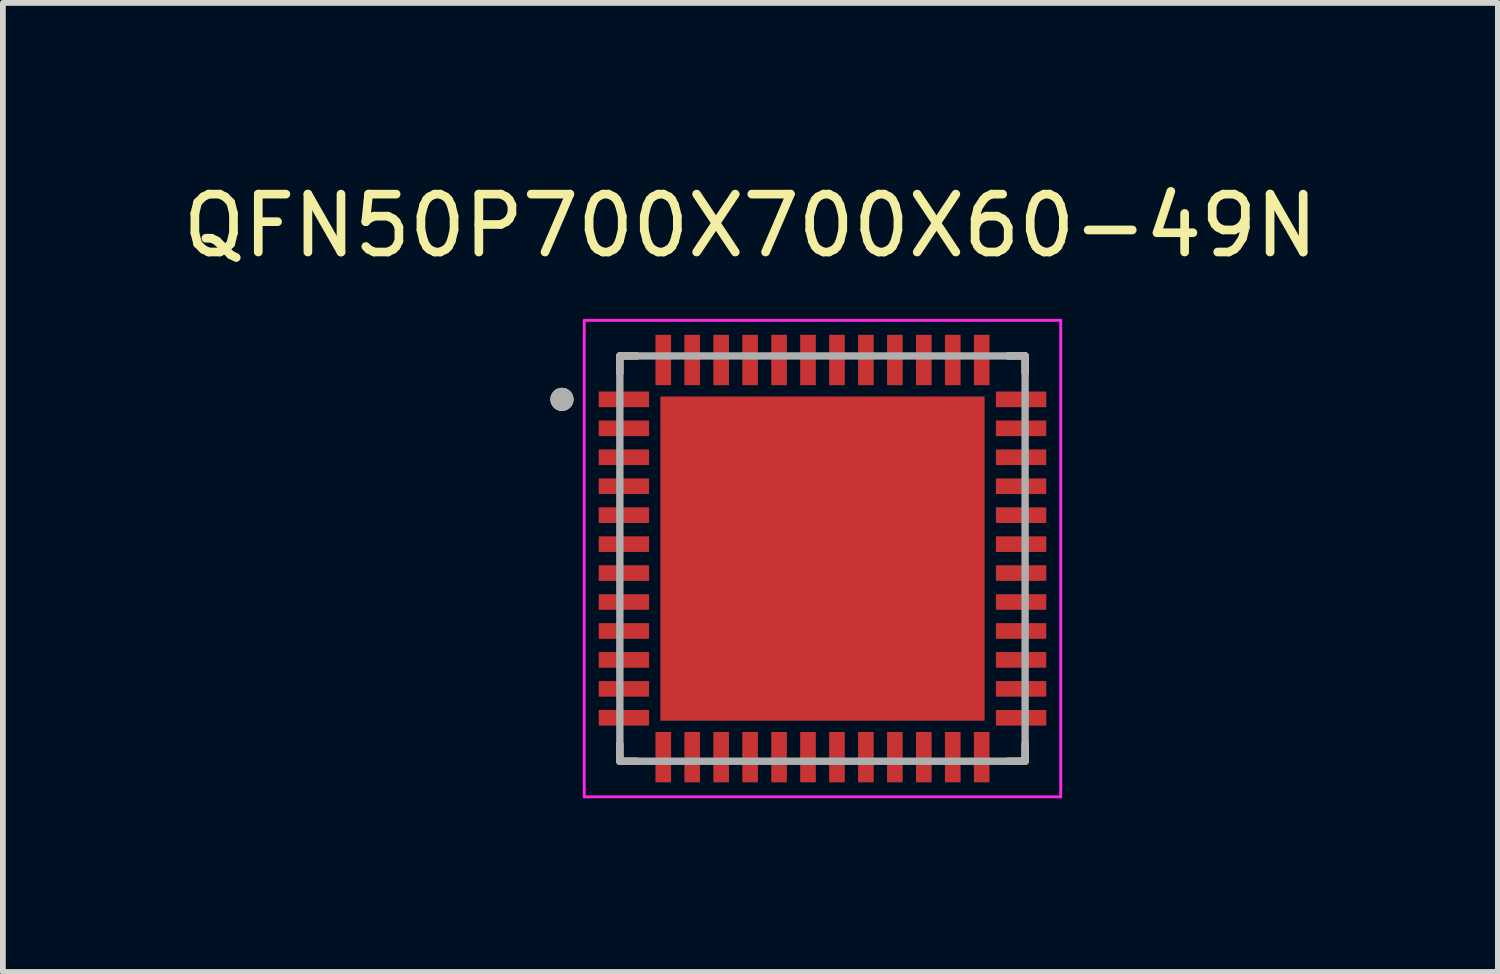
<source format=kicad_pcb>
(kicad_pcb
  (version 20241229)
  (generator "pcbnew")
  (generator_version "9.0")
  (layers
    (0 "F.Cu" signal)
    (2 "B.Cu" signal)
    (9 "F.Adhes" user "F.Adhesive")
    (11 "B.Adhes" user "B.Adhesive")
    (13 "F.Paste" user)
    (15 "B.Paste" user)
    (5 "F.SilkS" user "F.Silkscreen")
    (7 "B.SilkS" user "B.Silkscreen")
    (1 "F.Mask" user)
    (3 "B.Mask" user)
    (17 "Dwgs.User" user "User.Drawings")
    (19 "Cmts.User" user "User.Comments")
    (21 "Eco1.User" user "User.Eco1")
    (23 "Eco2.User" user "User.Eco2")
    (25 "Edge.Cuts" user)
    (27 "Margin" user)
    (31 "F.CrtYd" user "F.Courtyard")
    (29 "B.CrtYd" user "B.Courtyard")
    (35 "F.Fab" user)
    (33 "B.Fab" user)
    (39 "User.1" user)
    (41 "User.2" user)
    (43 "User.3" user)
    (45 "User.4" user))
  (footprint "QFN50P700X700X60-49N"
    (layer "F.Cu")
    (at 11.156 6.598)
    (property "Reference" "QFN50P700X700X60-49N" (at -1.245 -5.75 0) (layer "F.SilkS") (effects (font (size 1 1) (thickness 0.15))))
    (attr smd)
    (fp_line (start -3.5 -3.5) (end -3.5 -3.205) (stroke (width 0.127) (type solid)) (layer "F.SilkS"))
    (fp_line (start -3.5 -3.5) (end -3.205 -3.5) (stroke (width 0.127) (type solid)) (layer "F.SilkS"))
    (fp_line (start -3.5 3.5) (end -3.5 3.205) (stroke (width 0.127) (type solid)) (layer "F.SilkS"))
    (fp_line (start -3.5 3.5) (end -3.205 3.5) (stroke (width 0.127) (type solid)) (layer "F.SilkS"))
    (fp_line (start 3.5 -3.5) (end 3.205 -3.5) (stroke (width 0.127) (type solid)) (layer "F.SilkS"))
    (fp_line (start 3.5 -3.5) (end 3.5 -3.205) (stroke (width 0.127) (type solid)) (layer "F.SilkS"))
    (fp_line (start 3.5 3.5) (end 3.205 3.5) (stroke (width 0.127) (type solid)) (layer "F.SilkS"))
    (fp_line (start 3.5 3.5) (end 3.5 3.205) (stroke (width 0.127) (type solid)) (layer "F.SilkS"))
    (fp_circle (center -4.5 -2.75) (end -4.4 -2.75) (stroke (width 0.2) (type solid)) (fill no) (layer "F.SilkS"))
    (fp_poly (pts (xy -2.29 -2.29) (xy -0.51 -2.29) (xy -0.51 -0.51) (xy -2.29 -0.51)) (stroke (width 0.01) (type solid)) (fill yes) (layer "F.Paste"))
    (fp_poly (pts (xy -2.29 0.51) (xy -0.51 0.51) (xy -0.51 2.29) (xy -2.29 2.29)) (stroke (width 0.01) (type solid)) (fill yes) (layer "F.Paste"))
    (fp_poly (pts (xy 0.51 -2.29) (xy 2.29 -2.29) (xy 2.29 -0.51) (xy 0.51 -0.51)) (stroke (width 0.01) (type solid)) (fill yes) (layer "F.Paste"))
    (fp_poly (pts (xy 0.51 0.51) (xy 2.29 0.51) (xy 2.29 2.29) (xy 0.51 2.29)) (stroke (width 0.01) (type solid)) (fill yes) (layer "F.Paste"))
    (fp_line (start -4.115 -4.115) (end 4.115 -4.115) (stroke (width 0.05) (type solid)) (layer "F.CrtYd"))
    (fp_line (start -4.115 4.115) (end -4.115 -4.115) (stroke (width 0.05) (type solid)) (layer "F.CrtYd"))
    (fp_line (start -4.115 4.115) (end 4.115 4.115) (stroke (width 0.05) (type solid)) (layer "F.CrtYd"))
    (fp_line (start 4.115 4.115) (end 4.115 -4.115) (stroke (width 0.05) (type solid)) (layer "F.CrtYd"))
    (fp_line (start -3.5 3.5) (end -3.5 -3.5) (stroke (width 0.127) (type solid)) (layer "F.Fab"))
    (fp_line (start 3.5 -3.5) (end -3.5 -3.5) (stroke (width 0.127) (type solid)) (layer "F.Fab"))
    (fp_line (start 3.5 3.5) (end -3.5 3.5) (stroke (width 0.127) (type solid)) (layer "F.Fab"))
    (fp_line (start 3.5 3.5) (end 3.5 -3.5) (stroke (width 0.127) (type solid)) (layer "F.Fab"))
    (fp_circle (center -4.5 -2.75) (end -4.4 -2.75) (stroke (width 0.2) (type solid)) (fill no) (layer "F.Fab"))
    (pad "1" smd roundrect (at -3.43 -2.75) (size 0.87 0.27) (layers "F.Cu" "F.Mask" "F.Paste") (roundrect_rratio 0.03))
    (pad "2" smd roundrect (at -3.43 -2.25) (size 0.87 0.27) (layers "F.Cu" "F.Mask" "F.Paste") (roundrect_rratio 0.03))
    (pad "3" smd roundrect (at -3.43 -1.75) (size 0.87 0.27) (layers "F.Cu" "F.Mask" "F.Paste") (roundrect_rratio 0.03))
    (pad "4" smd roundrect (at -3.43 -1.25) (size 0.87 0.27) (layers "F.Cu" "F.Mask" "F.Paste") (roundrect_rratio 0.03))
    (pad "5" smd roundrect (at -3.43 -0.75) (size 0.87 0.27) (layers "F.Cu" "F.Mask" "F.Paste") (roundrect_rratio 0.03))
    (pad "6" smd roundrect (at -3.43 -0.25) (size 0.87 0.27) (layers "F.Cu" "F.Mask" "F.Paste") (roundrect_rratio 0.03))
    (pad "7" smd roundrect (at -3.43 0.25) (size 0.87 0.27) (layers "F.Cu" "F.Mask" "F.Paste") (roundrect_rratio 0.03))
    (pad "8" smd roundrect (at -3.43 0.75) (size 0.87 0.27) (layers "F.Cu" "F.Mask" "F.Paste") (roundrect_rratio 0.03))
    (pad "9" smd roundrect (at -3.43 1.25) (size 0.87 0.27) (layers "F.Cu" "F.Mask" "F.Paste") (roundrect_rratio 0.03))
    (pad "10" smd roundrect (at -3.43 1.75) (size 0.87 0.27) (layers "F.Cu" "F.Mask" "F.Paste") (roundrect_rratio 0.03))
    (pad "11" smd roundrect (at -3.43 2.25) (size 0.87 0.27) (layers "F.Cu" "F.Mask" "F.Paste") (roundrect_rratio 0.03))
    (pad "12" smd roundrect (at -3.43 2.75) (size 0.87 0.27) (layers "F.Cu" "F.Mask" "F.Paste") (roundrect_rratio 0.03))
    (pad "13" smd roundrect (at -2.75 3.43 90) (size 0.87 0.27) (layers "F.Cu" "F.Mask" "F.Paste") (roundrect_rratio 0.03))
    (pad "14" smd roundrect (at -2.25 3.43 90) (size 0.87 0.27) (layers "F.Cu" "F.Mask" "F.Paste") (roundrect_rratio 0.03))
    (pad "15" smd roundrect (at -1.75 3.43 90) (size 0.87 0.27) (layers "F.Cu" "F.Mask" "F.Paste") (roundrect_rratio 0.03))
    (pad "16" smd roundrect (at -1.25 3.43 90) (size 0.87 0.27) (layers "F.Cu" "F.Mask" "F.Paste") (roundrect_rratio 0.03))
    (pad "17" smd roundrect (at -0.75 3.43 90) (size 0.87 0.27) (layers "F.Cu" "F.Mask" "F.Paste") (roundrect_rratio 0.03))
    (pad "18" smd roundrect (at -0.25 3.43 90) (size 0.87 0.27) (layers "F.Cu" "F.Mask" "F.Paste") (roundrect_rratio 0.03))
    (pad "19" smd roundrect (at 0.25 3.43 90) (size 0.87 0.27) (layers "F.Cu" "F.Mask" "F.Paste") (roundrect_rratio 0.03))
    (pad "20" smd roundrect (at 0.75 3.43 90) (size 0.87 0.27) (layers "F.Cu" "F.Mask" "F.Paste") (roundrect_rratio 0.03))
    (pad "21" smd roundrect (at 1.25 3.43 90) (size 0.87 0.27) (layers "F.Cu" "F.Mask" "F.Paste") (roundrect_rratio 0.03))
    (pad "22" smd roundrect (at 1.75 3.43 90) (size 0.87 0.27) (layers "F.Cu" "F.Mask" "F.Paste") (roundrect_rratio 0.03))
    (pad "23" smd roundrect (at 2.25 3.43 90) (size 0.87 0.27) (layers "F.Cu" "F.Mask" "F.Paste") (roundrect_rratio 0.03))
    (pad "24" smd roundrect (at 2.75 3.43 90) (size 0.87 0.27) (layers "F.Cu" "F.Mask" "F.Paste") (roundrect_rratio 0.03))
    (pad "25" smd roundrect (at 3.43 2.75) (size 0.87 0.27) (layers "F.Cu" "F.Mask" "F.Paste") (roundrect_rratio 0.03))
    (pad "26" smd roundrect (at 3.43 2.25) (size 0.87 0.27) (layers "F.Cu" "F.Mask" "F.Paste") (roundrect_rratio 0.03))
    (pad "27" smd roundrect (at 3.43 1.75) (size 0.87 0.27) (layers "F.Cu" "F.Mask" "F.Paste") (roundrect_rratio 0.03))
    (pad "28" smd roundrect (at 3.43 1.25) (size 0.87 0.27) (layers "F.Cu" "F.Mask" "F.Paste") (roundrect_rratio 0.03))
    (pad "29" smd roundrect (at 3.43 0.75) (size 0.87 0.27) (layers "F.Cu" "F.Mask" "F.Paste") (roundrect_rratio 0.03))
    (pad "30" smd roundrect (at 3.43 0.25) (size 0.87 0.27) (layers "F.Cu" "F.Mask" "F.Paste") (roundrect_rratio 0.03))
    (pad "31" smd roundrect (at 3.43 -0.25) (size 0.87 0.27) (layers "F.Cu" "F.Mask" "F.Paste") (roundrect_rratio 0.03))
    (pad "32" smd roundrect (at 3.43 -0.75) (size 0.87 0.27) (layers "F.Cu" "F.Mask" "F.Paste") (roundrect_rratio 0.03))
    (pad "33" smd roundrect (at 3.43 -1.25) (size 0.87 0.27) (layers "F.Cu" "F.Mask" "F.Paste") (roundrect_rratio 0.03))
    (pad "34" smd roundrect (at 3.43 -1.75) (size 0.87 0.27) (layers "F.Cu" "F.Mask" "F.Paste") (roundrect_rratio 0.03))
    (pad "35" smd roundrect (at 3.43 -2.25) (size 0.87 0.27) (layers "F.Cu" "F.Mask" "F.Paste") (roundrect_rratio 0.03))
    (pad "36" smd roundrect (at 3.43 -2.75) (size 0.87 0.27) (layers "F.Cu" "F.Mask" "F.Paste") (roundrect_rratio 0.03))
    (pad "37" smd roundrect (at 2.75 -3.43 90) (size 0.87 0.27) (layers "F.Cu" "F.Mask" "F.Paste") (roundrect_rratio 0.03))
    (pad "38" smd roundrect (at 2.25 -3.43 90) (size 0.87 0.27) (layers "F.Cu" "F.Mask" "F.Paste") (roundrect_rratio 0.03))
    (pad "39" smd roundrect (at 1.75 -3.43 90) (size 0.87 0.27) (layers "F.Cu" "F.Mask" "F.Paste") (roundrect_rratio 0.03))
    (pad "40" smd roundrect (at 1.25 -3.43 90) (size 0.87 0.27) (layers "F.Cu" "F.Mask" "F.Paste") (roundrect_rratio 0.03))
    (pad "41" smd roundrect (at 0.75 -3.43 90) (size 0.87 0.27) (layers "F.Cu" "F.Mask" "F.Paste") (roundrect_rratio 0.03))
    (pad "42" smd roundrect (at 0.25 -3.43 90) (size 0.87 0.27) (layers "F.Cu" "F.Mask" "F.Paste") (roundrect_rratio 0.03))
    (pad "43" smd roundrect (at -0.25 -3.43 90) (size 0.87 0.27) (layers "F.Cu" "F.Mask" "F.Paste") (roundrect_rratio 0.03))
    (pad "44" smd roundrect (at -0.75 -3.43 90) (size 0.87 0.27) (layers "F.Cu" "F.Mask" "F.Paste") (roundrect_rratio 0.03))
    (pad "45" smd roundrect (at -1.25 -3.43 90) (size 0.87 0.27) (layers "F.Cu" "F.Mask" "F.Paste") (roundrect_rratio 0.03))
    (pad "46" smd roundrect (at -1.75 -3.43 90) (size 0.87 0.27) (layers "F.Cu" "F.Mask" "F.Paste") (roundrect_rratio 0.03))
    (pad "47" smd roundrect (at -2.25 -3.43 90) (size 0.87 0.27) (layers "F.Cu" "F.Mask" "F.Paste") (roundrect_rratio 0.03))
    (pad "48" smd roundrect (at -2.75 -3.43 90) (size 0.87 0.27) (layers "F.Cu" "F.Mask" "F.Paste") (roundrect_rratio 0.03))
    (pad "49" smd rect (at 0 0) (size 5.6 5.6) (layers "F.Cu" "F.Mask")))
  (gr_rect
    (start -3 -3)
    (end 22.821 13.738)
    (stroke (width 0.1) (type default))
    (fill no)
    (layer "Edge.Cuts")))
</source>
